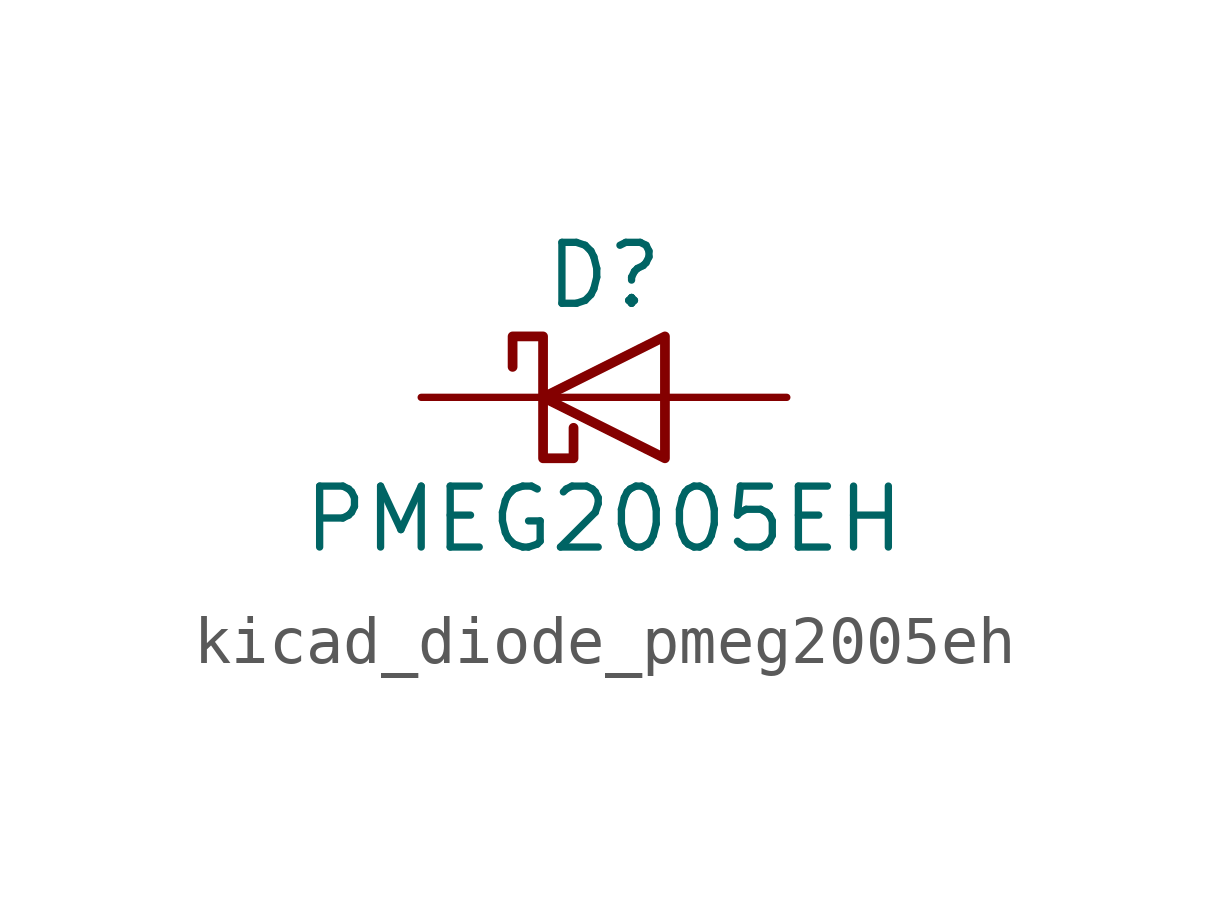
<source format=kicad_sym>
(kicad_symbol_lib
  (version 20220914)
  (generator kicad_symbol_editor)
  (symbol "kicad_diode_pmeg2005eh"
    (pin_numbers hide)
    (pin_names hide)
    (property "Reference" "D"
      (at 0 2.54 0)
      (effects (font (size 1.27 1.27))))
    (property "Value" "PMEG2005EH"
      (at 0 -2.54 0)
      (effects (font (size 1.27 1.27))))
    (symbol "kicad_diode_pmeg2005eh_0_1"
      (polyline (pts (xy 1.27 0) (xy -1.27 0)) (stroke (width 0) (type default)) (fill (type none)))
      (polyline (pts (xy 1.27 1.27) (xy 1.27 -1.27) (xy -1.27 0) (xy 1.27 1.27)) (stroke (width 0.203) (type default)) (fill (type none)))
      (polyline (pts (xy -1.905 0.635) (xy -1.905 1.27) (xy -1.27 1.27) (xy -1.27 -1.27) (xy -0.635 -1.27) (xy -0.635 -0.635)) (stroke (width 0.203) (type default)) (fill (type none))))
    (symbol "kicad_diode_pmeg2005eh_1_1"
      (pin passive line (at -3.81 0 0) (length 2.54) (name "K" (effects (font (size 1.27 1.27)))) (number "1" (effects (font (size 1.27 1.27)))))
      (pin passive line (at 3.81 0 180) (length 2.54) (name "A" (effects (font (size 1.27 1.27)))) (number "2" (effects (font (size 1.27 1.27))))))))
</source>
